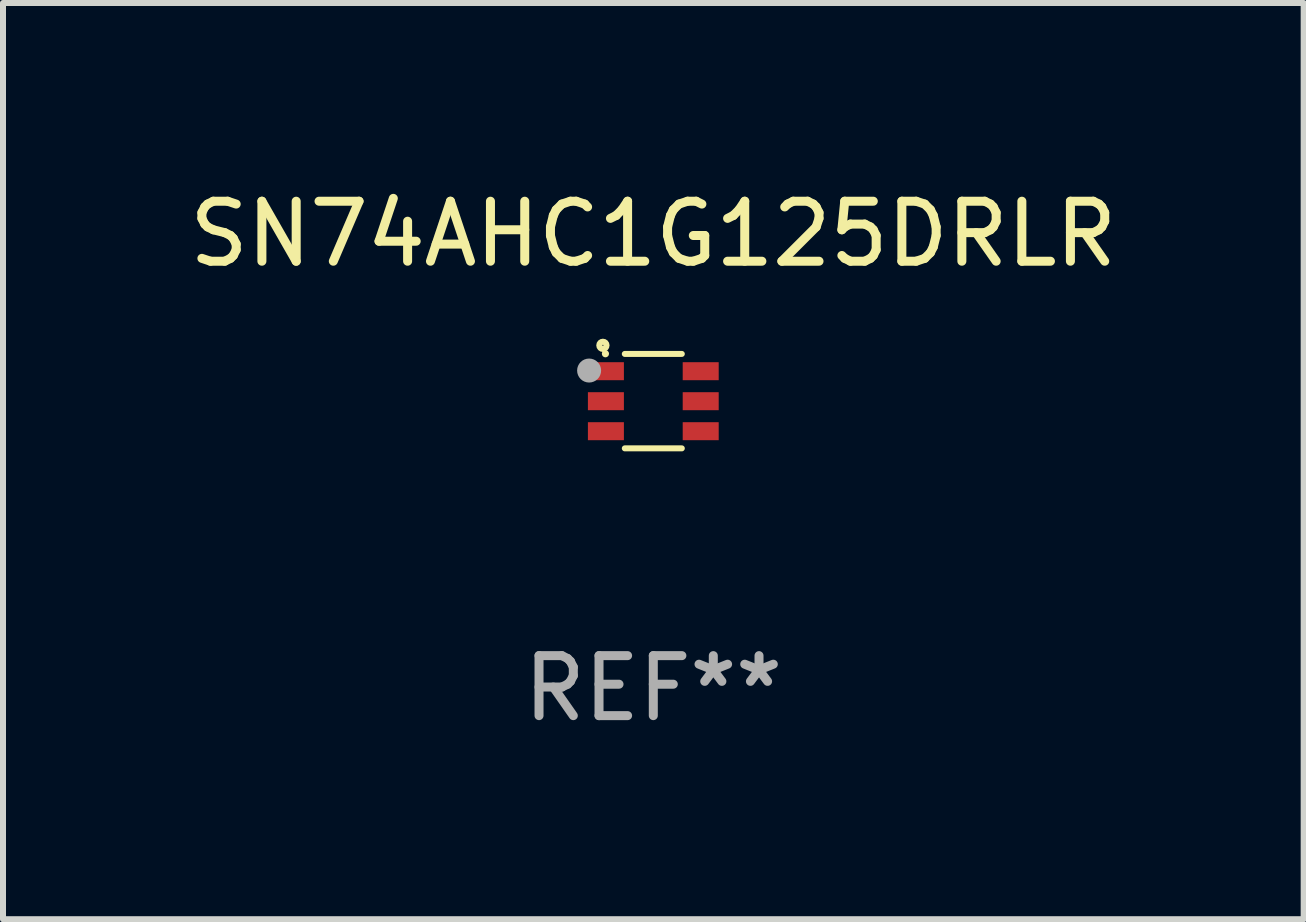
<source format=kicad_pcb>
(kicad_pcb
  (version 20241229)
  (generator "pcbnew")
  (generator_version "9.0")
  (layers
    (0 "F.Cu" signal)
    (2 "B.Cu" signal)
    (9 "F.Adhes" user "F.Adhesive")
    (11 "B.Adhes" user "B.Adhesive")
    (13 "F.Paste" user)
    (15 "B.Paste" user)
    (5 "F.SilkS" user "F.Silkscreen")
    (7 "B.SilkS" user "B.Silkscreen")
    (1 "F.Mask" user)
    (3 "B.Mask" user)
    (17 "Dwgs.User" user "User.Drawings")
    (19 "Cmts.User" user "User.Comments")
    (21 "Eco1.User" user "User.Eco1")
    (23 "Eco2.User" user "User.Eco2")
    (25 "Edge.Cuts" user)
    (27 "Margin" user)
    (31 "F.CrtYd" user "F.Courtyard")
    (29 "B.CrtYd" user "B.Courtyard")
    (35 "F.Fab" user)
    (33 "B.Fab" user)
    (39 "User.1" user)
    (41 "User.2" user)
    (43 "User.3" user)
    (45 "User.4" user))
  (footprint "SN74AHC1G125DRLR"
    (layer "F.Cu")
    (at 7.839 3.636)
    (property "Reference" "SN74AHC1G125DRLR" (at 0 -2.787 0) (layer "F.SilkS") (effects (font (size 1 1) (thickness 0.15))))
    (attr through_hole)
    (fp_line (start 0.475 -0.787) (end -0.475 -0.787) (stroke (width 0.1) (type solid)) (layer "F.SilkS"))
    (fp_line (start 0.475 0.787) (end -0.475 0.787) (stroke (width 0.1) (type solid)) (layer "F.SilkS"))
    (fp_circle (center -0.84 -0.93) (end -0.78 -0.93) (stroke (width 0.102) (type solid)) (fill no) (layer "F.SilkS"))
    (fp_circle (center -0.798 -0.79) (end -0.768 -0.79) (stroke (width 0.06) (type solid)) (fill no) (layer "F.SilkS"))
    (fp_circle (center -1.07 -0.51) (end -0.97 -0.51) (stroke (width 0.2) (type solid)) (fill no) (layer "F.Fab"))
    (fp_text user "REF**" (at 0 4.787 0) (layer "F.Fab") (effects (font (size 1 1) (thickness 0.15))))
    (pad "1" smd rect (at -0.79 -0.499) (size 0.6 0.3) (layers "F.Cu" "F.Mask" "F.Paste"))
    (pad "2" smd rect (at -0.79 0.001) (size 0.6 0.3) (layers "F.Cu" "F.Mask" "F.Paste"))
    (pad "3" smd rect (at -0.79 0.501) (size 0.6 0.3) (layers "F.Cu" "F.Mask" "F.Paste"))
    (pad "4" smd rect (at 0.79 0.501) (size 0.6 0.3) (layers "F.Cu" "F.Mask" "F.Paste"))
    (pad "5" smd rect (at 0.79 0.001) (size 0.6 0.3) (layers "F.Cu" "F.Mask" "F.Paste"))
    (pad "6" smd rect (at 0.79 -0.499) (size 0.6 0.3) (layers "F.Cu" "F.Mask" "F.Paste")))
  (gr_rect
    (start -3 -3)
    (end 18.679 12.271)
    (stroke (width 0.1) (type default))
    (fill no)
    (layer "Edge.Cuts")))
</source>
